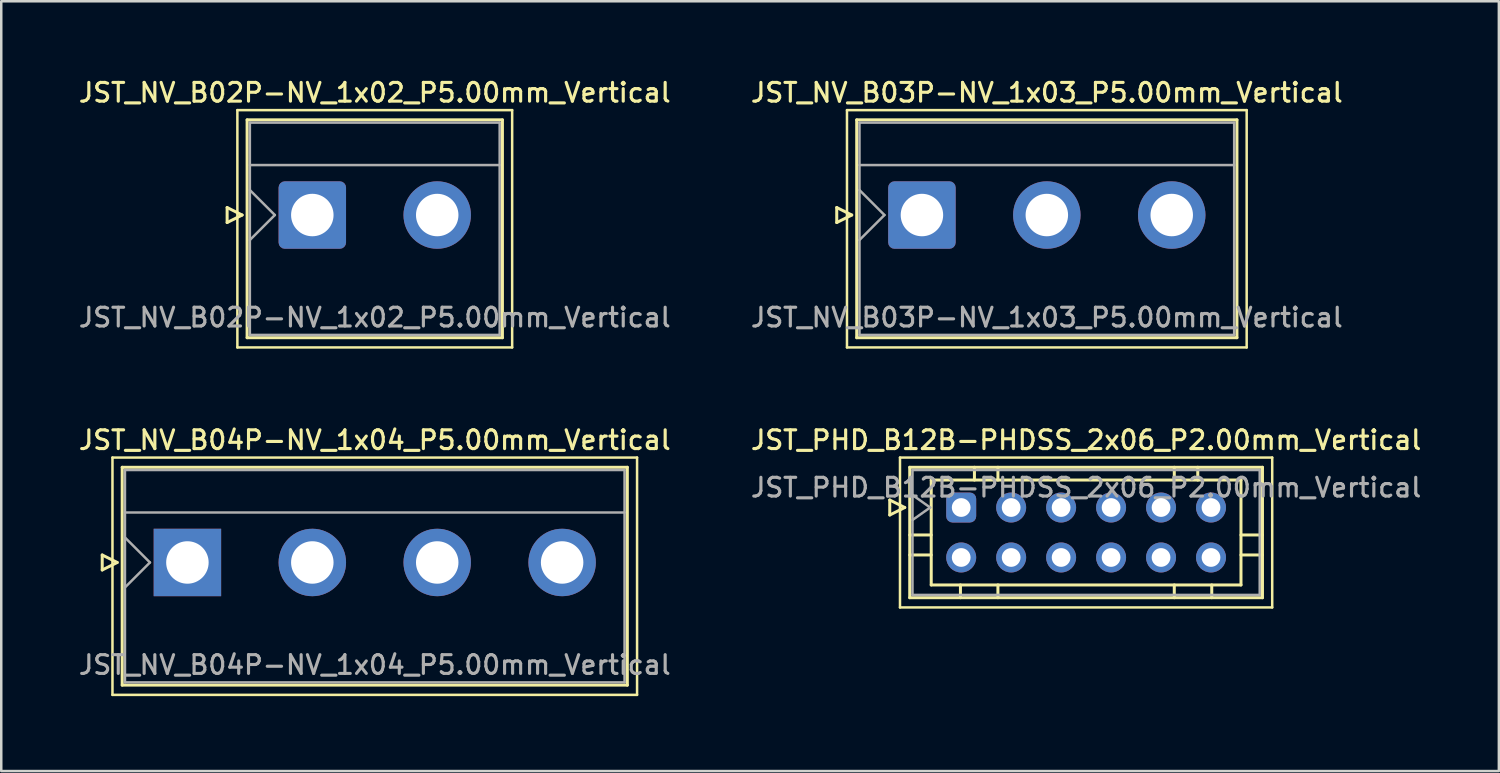
<source format=kicad_pcb>
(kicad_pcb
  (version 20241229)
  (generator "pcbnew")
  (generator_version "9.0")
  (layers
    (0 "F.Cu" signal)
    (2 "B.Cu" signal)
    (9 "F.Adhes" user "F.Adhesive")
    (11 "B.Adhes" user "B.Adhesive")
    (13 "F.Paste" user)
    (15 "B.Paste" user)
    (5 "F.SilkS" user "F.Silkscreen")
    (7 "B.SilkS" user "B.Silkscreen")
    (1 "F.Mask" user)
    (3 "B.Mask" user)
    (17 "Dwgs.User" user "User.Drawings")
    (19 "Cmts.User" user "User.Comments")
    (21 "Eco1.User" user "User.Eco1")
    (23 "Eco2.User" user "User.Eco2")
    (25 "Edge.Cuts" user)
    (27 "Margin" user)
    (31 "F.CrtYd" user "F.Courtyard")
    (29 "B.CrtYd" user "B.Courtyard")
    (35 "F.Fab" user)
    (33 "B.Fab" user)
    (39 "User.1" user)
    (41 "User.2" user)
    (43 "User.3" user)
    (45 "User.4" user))
  (footprint "JST_NV_B04P-NV_1x04_P5.00mm_Vertical"
    (layer "F.Cu")
    (at 4.452 19.466)
    (property "Reference" "JST_NV_B04P-NV_1x04_P5.00mm_Vertical" (at 7.5 -4.9 0) (layer "F.SilkS") (effects (font (size 0.75 0.75) (thickness 0.125))))
    (attr through_hole)
    (fp_line (start -3.41 -0.3) (end -2.81 0) (stroke (width 0.12) (type solid)) (layer "F.SilkS"))
    (fp_line (start -3.41 0.3) (end -3.41 -0.3) (stroke (width 0.12) (type solid)) (layer "F.SilkS"))
    (fp_line (start -3 -4.2) (end -3 5.3) (stroke (width 0.1) (type solid)) (layer "F.SilkS"))
    (fp_line (start -3 5.3) (end 18 5.3) (stroke (width 0.1) (type solid)) (layer "F.SilkS"))
    (fp_line (start -2.81 0) (end -3.41 0.3) (stroke (width 0.12) (type solid)) (layer "F.SilkS"))
    (fp_line (start -2.61 -3.81) (end -2.61 4.91) (stroke (width 0.12) (type solid)) (layer "F.SilkS"))
    (fp_line (start -2.61 4.91) (end 17.61 4.91) (stroke (width 0.12) (type solid)) (layer "F.SilkS"))
    (fp_line (start 17.61 -3.81) (end -2.61 -3.81) (stroke (width 0.12) (type solid)) (layer "F.SilkS"))
    (fp_line (start 17.61 4.91) (end 17.61 -3.81) (stroke (width 0.12) (type solid)) (layer "F.SilkS"))
    (fp_line (start 18 -4.2) (end -3 -4.2) (stroke (width 0.1) (type solid)) (layer "F.SilkS"))
    (fp_line (start 18 5.3) (end 18 -4.2) (stroke (width 0.1) (type solid)) (layer "F.SilkS"))
    (fp_line (start -2.5 -3.7) (end -2.5 4.8) (stroke (width 0.1) (type solid)) (layer "F.Fab"))
    (fp_line (start -2.5 -2) (end 17.5 -2) (stroke (width 0.1) (type solid)) (layer "F.Fab"))
    (fp_line (start -2.5 -1) (end -1.5 0) (stroke (width 0.1) (type solid)) (layer "F.Fab"))
    (fp_line (start -2.5 1) (end -1.5 0) (stroke (width 0.1) (type solid)) (layer "F.Fab"))
    (fp_line (start -2.5 4.8) (end 17.5 4.8) (stroke (width 0.1) (type solid)) (layer "F.Fab"))
    (fp_line (start 17.5 -3.7) (end -2.5 -3.7) (stroke (width 0.1) (type solid)) (layer "F.Fab"))
    (fp_line (start 17.5 4.8) (end 17.5 -3.7) (stroke (width 0.1) (type solid)) (layer "F.Fab"))
    (fp_text user "${REFERENCE}" (at 7.5 4.1 0) (layer "F.Fab") (effects (font (size 0.75 0.75) (thickness 0.125))))
    (pad "1" thru_hole rect (at 0 0) (size 2.7 2.7) (drill 1.7) (layers "*.Cu" "*.Mask"))
    (pad "2" thru_hole circle (at 5 0) (size 2.7 2.7) (drill 1.7) (layers "*.Cu" "*.Mask"))
    (pad "3" thru_hole circle (at 10 0) (size 2.7 2.7) (drill 1.7) (layers "*.Cu" "*.Mask"))
    (pad "4" thru_hole circle (at 15 0) (size 2.7 2.7) (drill 1.7) (layers "*.Cu" "*.Mask")))
  (footprint "JST_NV_B02P-NV_1x02_P5.00mm_Vertical"
    (layer "F.Cu")
    (at 9.452 5.558)
    (property "Reference" "JST_NV_B02P-NV_1x02_P5.00mm_Vertical" (at 2.5 -4.9 0) (layer "F.SilkS") (effects (font (size 0.75 0.75) (thickness 0.125))))
    (attr through_hole)
    (fp_line (start -3.41 -0.3) (end -2.81 0) (stroke (width 0.12) (type solid)) (layer "F.SilkS"))
    (fp_line (start -3.41 0.3) (end -3.41 -0.3) (stroke (width 0.12) (type solid)) (layer "F.SilkS"))
    (fp_line (start -3 -4.2) (end -3 5.3) (stroke (width 0.1) (type solid)) (layer "F.SilkS"))
    (fp_line (start -3 5.3) (end 8 5.3) (stroke (width 0.1) (type solid)) (layer "F.SilkS"))
    (fp_line (start -2.81 0) (end -3.41 0.3) (stroke (width 0.12) (type solid)) (layer "F.SilkS"))
    (fp_line (start -2.61 -3.81) (end -2.61 4.91) (stroke (width 0.12) (type solid)) (layer "F.SilkS"))
    (fp_line (start -2.61 4.91) (end 7.61 4.91) (stroke (width 0.12) (type solid)) (layer "F.SilkS"))
    (fp_line (start 7.61 -3.81) (end -2.61 -3.81) (stroke (width 0.12) (type solid)) (layer "F.SilkS"))
    (fp_line (start 7.61 4.91) (end 7.61 -3.81) (stroke (width 0.12) (type solid)) (layer "F.SilkS"))
    (fp_line (start 8 -4.2) (end -3 -4.2) (stroke (width 0.1) (type solid)) (layer "F.SilkS"))
    (fp_line (start 8 5.3) (end 8 -4.2) (stroke (width 0.1) (type solid)) (layer "F.SilkS"))
    (fp_line (start -2.5 -3.7) (end -2.5 4.8) (stroke (width 0.1) (type solid)) (layer "F.Fab"))
    (fp_line (start -2.5 -2) (end 7.5 -2) (stroke (width 0.1) (type solid)) (layer "F.Fab"))
    (fp_line (start -2.5 -1) (end -1.5 0) (stroke (width 0.1) (type solid)) (layer "F.Fab"))
    (fp_line (start -2.5 1) (end -1.5 0) (stroke (width 0.1) (type solid)) (layer "F.Fab"))
    (fp_line (start -2.5 4.8) (end 7.5 4.8) (stroke (width 0.1) (type solid)) (layer "F.Fab"))
    (fp_line (start 7.5 -3.7) (end -2.5 -3.7) (stroke (width 0.1) (type solid)) (layer "F.Fab"))
    (fp_line (start 7.5 4.8) (end 7.5 -3.7) (stroke (width 0.1) (type solid)) (layer "F.Fab"))
    (fp_text user "${REFERENCE}" (at 2.5 4.1 0) (layer "F.Fab") (effects (font (size 0.75 0.75) (thickness 0.125))))
    (pad "1" thru_hole roundrect (at 0 0) (size 2.7 2.7) (drill 1.7) (layers "*.Cu" "*.Mask") (roundrect_rratio 0.093))
    (pad "2" thru_hole circle (at 5 0) (size 2.7 2.7) (drill 1.7) (layers "*.Cu" "*.Mask")))
  (footprint "JST_NV_B03P-NV_1x03_P5.00mm_Vertical"
    (layer "F.Cu")
    (at 33.855 5.558)
    (property "Reference" "JST_NV_B03P-NV_1x03_P5.00mm_Vertical" (at 5 -4.9 0) (layer "F.SilkS") (effects (font (size 0.75 0.75) (thickness 0.125))))
    (attr through_hole)
    (fp_line (start -3.41 -0.3) (end -2.81 0) (stroke (width 0.12) (type solid)) (layer "F.SilkS"))
    (fp_line (start -3.41 0.3) (end -3.41 -0.3) (stroke (width 0.12) (type solid)) (layer "F.SilkS"))
    (fp_line (start -3 -4.2) (end -3 5.3) (stroke (width 0.1) (type solid)) (layer "F.SilkS"))
    (fp_line (start -3 5.3) (end 13 5.3) (stroke (width 0.1) (type solid)) (layer "F.SilkS"))
    (fp_line (start -2.81 0) (end -3.41 0.3) (stroke (width 0.12) (type solid)) (layer "F.SilkS"))
    (fp_line (start -2.61 -3.81) (end -2.61 4.91) (stroke (width 0.12) (type solid)) (layer "F.SilkS"))
    (fp_line (start -2.61 4.91) (end 12.61 4.91) (stroke (width 0.12) (type solid)) (layer "F.SilkS"))
    (fp_line (start 12.61 -3.81) (end -2.61 -3.81) (stroke (width 0.12) (type solid)) (layer "F.SilkS"))
    (fp_line (start 12.61 4.91) (end 12.61 -3.81) (stroke (width 0.12) (type solid)) (layer "F.SilkS"))
    (fp_line (start 13 -4.2) (end -3 -4.2) (stroke (width 0.1) (type solid)) (layer "F.SilkS"))
    (fp_line (start 13 5.3) (end 13 -4.2) (stroke (width 0.1) (type solid)) (layer "F.SilkS"))
    (fp_line (start -2.5 -3.7) (end -2.5 4.8) (stroke (width 0.1) (type solid)) (layer "F.Fab"))
    (fp_line (start -2.5 -2) (end 12.5 -2) (stroke (width 0.1) (type solid)) (layer "F.Fab"))
    (fp_line (start -2.5 -1) (end -1.5 0) (stroke (width 0.1) (type solid)) (layer "F.Fab"))
    (fp_line (start -2.5 1) (end -1.5 0) (stroke (width 0.1) (type solid)) (layer "F.Fab"))
    (fp_line (start -2.5 4.8) (end 12.5 4.8) (stroke (width 0.1) (type solid)) (layer "F.Fab"))
    (fp_line (start 12.5 -3.7) (end -2.5 -3.7) (stroke (width 0.1) (type solid)) (layer "F.Fab"))
    (fp_line (start 12.5 4.8) (end 12.5 -3.7) (stroke (width 0.1) (type solid)) (layer "F.Fab"))
    (fp_text user "${REFERENCE}" (at 5 4.1 0) (layer "F.Fab") (effects (font (size 0.75 0.75) (thickness 0.125))))
    (pad "1" thru_hole roundrect (at 0 0) (size 2.7 2.7) (drill 1.7) (layers "*.Cu" "*.Mask") (roundrect_rratio 0.093))
    (pad "2" thru_hole circle (at 5 0) (size 2.7 2.7) (drill 1.7) (layers "*.Cu" "*.Mask"))
    (pad "3" thru_hole circle (at 10 0) (size 2.7 2.7) (drill 1.7) (layers "*.Cu" "*.Mask")))
  (footprint "JST_PHD_B12B-PHDSS_2x06_P2.00mm_Vertical"
    (layer "F.Cu")
    (at 35.427 17.266)
    (property "Reference" "JST_PHD_B12B-PHDSS_2x06_P2.00mm_Vertical" (at 5 -2.7 0) (layer "F.SilkS") (effects (font (size 0.75 0.75) (thickness 0.125))))
    (attr through_hole)
    (fp_line (start -2.86 -0.3) (end -2.26 0) (stroke (width 0.12) (type solid)) (layer "F.SilkS"))
    (fp_line (start -2.86 0.3) (end -2.86 -0.3) (stroke (width 0.12) (type solid)) (layer "F.SilkS"))
    (fp_line (start -2.45 -2) (end -2.45 4) (stroke (width 0.1) (type solid)) (layer "F.SilkS"))
    (fp_line (start -2.45 4) (end 12.45 4) (stroke (width 0.1) (type solid)) (layer "F.SilkS"))
    (fp_line (start -2.26 0) (end -2.86 0.3) (stroke (width 0.12) (type solid)) (layer "F.SilkS"))
    (fp_line (start -2.06 -1.61) (end -2.06 3.61) (stroke (width 0.12) (type solid)) (layer "F.SilkS"))
    (fp_line (start -2.06 1.1) (end -1.2 1.1) (stroke (width 0.12) (type solid)) (layer "F.SilkS"))
    (fp_line (start -2.06 1.9) (end -1.2 1.9) (stroke (width 0.12) (type solid)) (layer "F.SilkS"))
    (fp_line (start -2.06 3.61) (end 12.06 3.61) (stroke (width 0.12) (type solid)) (layer "F.SilkS"))
    (fp_line (start -1.2 -1.1) (end -1.2 3.1) (stroke (width 0.12) (type solid)) (layer "F.SilkS"))
    (fp_line (start -1.2 3.1) (end 11.2 3.1) (stroke (width 0.12) (type solid)) (layer "F.SilkS"))
    (fp_line (start -0.03 3.61) (end -0.03 3.1) (stroke (width 0.12) (type solid)) (layer "F.SilkS"))
    (fp_line (start 0.53 -1.61) (end 0.53 -1.1) (stroke (width 0.12) (type solid)) (layer "F.SilkS"))
    (fp_line (start 1.47 -1.61) (end 1.47 -1.1) (stroke (width 0.12) (type solid)) (layer "F.SilkS"))
    (fp_line (start 1.47 3.61) (end 1.47 3.1) (stroke (width 0.12) (type solid)) (layer "F.SilkS"))
    (fp_line (start 8.53 -1.61) (end 8.53 -1.1) (stroke (width 0.12) (type solid)) (layer "F.SilkS"))
    (fp_line (start 8.53 3.61) (end 8.53 3.1) (stroke (width 0.12) (type solid)) (layer "F.SilkS"))
    (fp_line (start 9.47 -1.61) (end 9.47 -1.1) (stroke (width 0.12) (type solid)) (layer "F.SilkS"))
    (fp_line (start 10.03 3.61) (end 10.03 3.1) (stroke (width 0.12) (type solid)) (layer "F.SilkS"))
    (fp_line (start 11.2 -1.1) (end -1.2 -1.1) (stroke (width 0.12) (type solid)) (layer "F.SilkS"))
    (fp_line (start 11.2 3.1) (end 11.2 -1.1) (stroke (width 0.12) (type solid)) (layer "F.SilkS"))
    (fp_line (start 12.06 -1.61) (end -2.06 -1.61) (stroke (width 0.12) (type solid)) (layer "F.SilkS"))
    (fp_line (start 12.06 1.1) (end 11.2 1.1) (stroke (width 0.12) (type solid)) (layer "F.SilkS"))
    (fp_line (start 12.06 1.9) (end 11.2 1.9) (stroke (width 0.12) (type solid)) (layer "F.SilkS"))
    (fp_line (start 12.06 3.61) (end 12.06 -1.61) (stroke (width 0.12) (type solid)) (layer "F.SilkS"))
    (fp_line (start 12.45 -2) (end -2.45 -2) (stroke (width 0.1) (type solid)) (layer "F.SilkS"))
    (fp_line (start 12.45 4) (end 12.45 -2) (stroke (width 0.1) (type solid)) (layer "F.SilkS"))
    (fp_line (start -1.95 -1.5) (end -1.95 3.5) (stroke (width 0.1) (type solid)) (layer "F.Fab"))
    (fp_line (start -1.95 0.5) (end -1.243 0) (stroke (width 0.1) (type solid)) (layer "F.Fab"))
    (fp_line (start -1.95 3.5) (end 11.95 3.5) (stroke (width 0.1) (type solid)) (layer "F.Fab"))
    (fp_line (start -1.243 0) (end -1.95 -0.5) (stroke (width 0.1) (type solid)) (layer "F.Fab"))
    (fp_line (start 11.95 -1.5) (end -1.95 -1.5) (stroke (width 0.1) (type solid)) (layer "F.Fab"))
    (fp_line (start 11.95 3.5) (end 11.95 -1.5) (stroke (width 0.1) (type solid)) (layer "F.Fab"))
    (fp_text user "${REFERENCE}" (at 5 -0.8 0) (layer "F.Fab") (effects (font (size 0.75 0.75) (thickness 0.125))))
    (pad "1" thru_hole roundrect (at 0 0) (size 1.2 1.2) (drill 0.75) (layers "*.Cu" "*.Mask") (roundrect_rratio 0.208))
    (pad "2" thru_hole circle (at 0 2) (size 1.2 1.2) (drill 0.75) (layers "*.Cu" "*.Mask"))
    (pad "3" thru_hole circle (at 2 0) (size 1.2 1.2) (drill 0.75) (layers "*.Cu" "*.Mask"))
    (pad "4" thru_hole circle (at 2 2) (size 1.2 1.2) (drill 0.75) (layers "*.Cu" "*.Mask"))
    (pad "5" thru_hole circle (at 4 0) (size 1.2 1.2) (drill 0.75) (layers "*.Cu" "*.Mask"))
    (pad "6" thru_hole circle (at 4 2) (size 1.2 1.2) (drill 0.75) (layers "*.Cu" "*.Mask"))
    (pad "7" thru_hole circle (at 6 0) (size 1.2 1.2) (drill 0.75) (layers "*.Cu" "*.Mask"))
    (pad "8" thru_hole circle (at 6 2) (size 1.2 1.2) (drill 0.75) (layers "*.Cu" "*.Mask"))
    (pad "9" thru_hole circle (at 8 0) (size 1.2 1.2) (drill 0.75) (layers "*.Cu" "*.Mask"))
    (pad "10" thru_hole circle (at 8 2) (size 1.2 1.2) (drill 0.75) (layers "*.Cu" "*.Mask"))
    (pad "11" thru_hole circle (at 10 0) (size 1.2 1.2) (drill 0.75) (layers "*.Cu" "*.Mask"))
    (pad "12" thru_hole circle (at 10 2) (size 1.2 1.2) (drill 0.75) (layers "*.Cu" "*.Mask")))
  (gr_rect
    (start -3 -3)
    (end 56.95 27.816)
    (stroke (width 0.1) (type default))
    (fill no)
    (layer "Edge.Cuts")))
</source>
